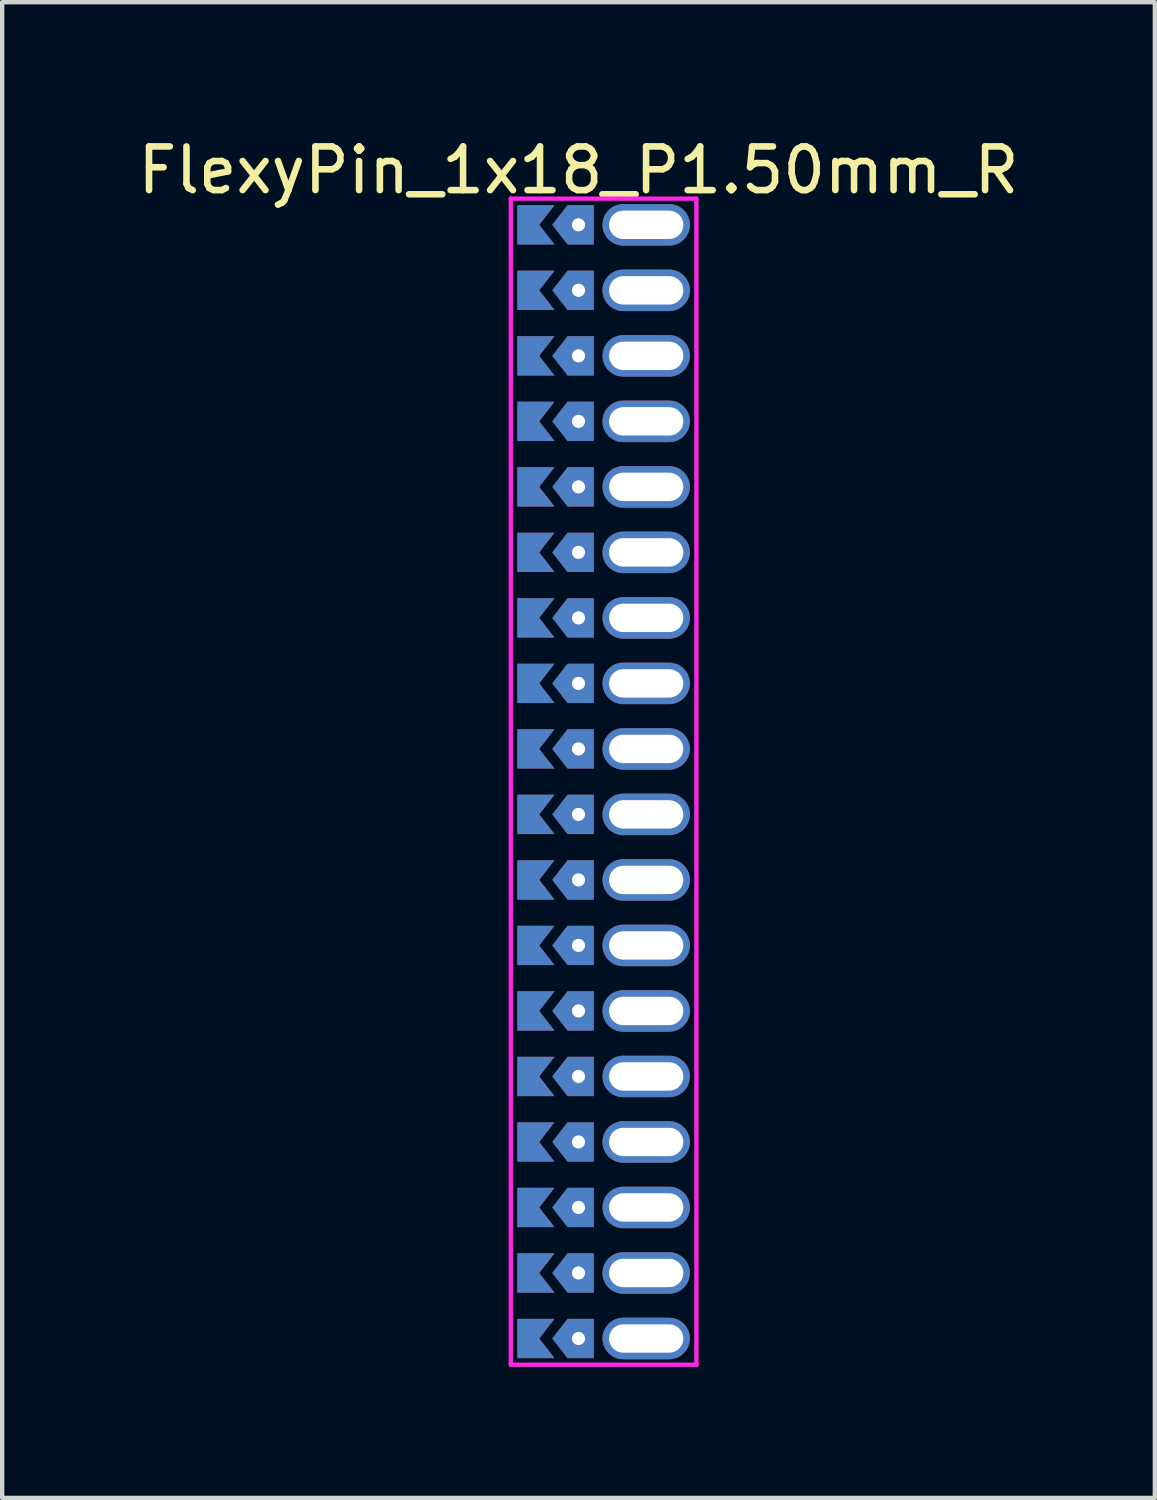
<source format=kicad_pcb>
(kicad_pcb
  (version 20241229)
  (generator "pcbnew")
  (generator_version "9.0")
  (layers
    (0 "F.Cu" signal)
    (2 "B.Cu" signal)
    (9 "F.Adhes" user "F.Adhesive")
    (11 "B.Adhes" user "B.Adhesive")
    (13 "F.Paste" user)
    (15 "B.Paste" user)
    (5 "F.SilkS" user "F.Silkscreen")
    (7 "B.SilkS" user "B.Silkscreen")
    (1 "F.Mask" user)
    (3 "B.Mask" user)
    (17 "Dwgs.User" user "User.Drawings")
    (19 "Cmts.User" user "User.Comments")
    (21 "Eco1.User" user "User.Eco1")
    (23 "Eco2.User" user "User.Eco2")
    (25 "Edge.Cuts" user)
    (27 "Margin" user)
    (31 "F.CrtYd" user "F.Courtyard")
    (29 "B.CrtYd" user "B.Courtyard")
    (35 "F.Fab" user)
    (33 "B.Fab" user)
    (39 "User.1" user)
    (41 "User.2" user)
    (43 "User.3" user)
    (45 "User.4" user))
  (footprint "FlexyPin_1x18_P1.50mm_R"
    (layer "F.Cu")
    (at 10.196 2.098)
    (property "Reference" "FlexyPin_1x18_P1.50mm_R" (at 0 -1.25 0) (layer "F.SilkS") (effects (font (size 1 1) (thickness 0.15))))
    (attr through_hole)
    (fp_line (start -1.55 -0.6) (end 2.7 -0.6) (stroke (width 0.1) (type solid)) (layer "F.CrtYd"))
    (fp_line (start -1.55 26.1) (end -1.55 -0.6) (stroke (width 0.1) (type solid)) (layer "F.CrtYd"))
    (fp_line (start 2.7 -0.6) (end 2.7 26.1) (stroke (width 0.1) (type solid)) (layer "F.CrtYd"))
    (fp_line (start 2.7 26.1) (end -1.55 26.1) (stroke (width 0.1) (type solid)) (layer "F.CrtYd"))
    (pad "" thru_hole custom (at 0 0) (size 0.3 0.3) (drill 0.6) (layers "*.Cu" "*.Mask") (options (anchor rect)) (primitives (gr_poly (pts (xy 0.35 0.45) (xy 0.35 -0.45) (xy -0.25 -0.45) (xy -0.6 0) (xy -0.25 0.45)) (width 0) (fill yes))))
    (pad "" thru_hole custom (at 0 1.5) (size 0.3 0.3) (drill 0.6) (layers "*.Cu" "*.Mask") (options (anchor rect)) (primitives (gr_poly (pts (xy 0.35 0.45) (xy 0.35 -0.45) (xy -0.25 -0.45) (xy -0.6 0) (xy -0.25 0.45)) (width 0) (fill yes))))
    (pad "" thru_hole custom (at 0 3) (size 0.3 0.3) (drill 0.6) (layers "*.Cu" "*.Mask") (options (anchor rect)) (primitives (gr_poly (pts (xy 0.35 0.45) (xy 0.35 -0.45) (xy -0.25 -0.45) (xy -0.6 0) (xy -0.25 0.45)) (width 0) (fill yes))))
    (pad "" thru_hole custom (at 0 4.5) (size 0.3 0.3) (drill 0.6) (layers "*.Cu" "*.Mask") (options (anchor rect)) (primitives (gr_poly (pts (xy 0.35 0.45) (xy 0.35 -0.45) (xy -0.25 -0.45) (xy -0.6 0) (xy -0.25 0.45)) (width 0) (fill yes))))
    (pad "" thru_hole custom (at 0 6) (size 0.3 0.3) (drill 0.6) (layers "*.Cu" "*.Mask") (options (anchor rect)) (primitives (gr_poly (pts (xy 0.35 0.45) (xy 0.35 -0.45) (xy -0.25 -0.45) (xy -0.6 0) (xy -0.25 0.45)) (width 0) (fill yes))))
    (pad "" thru_hole custom (at 0 7.5) (size 0.3 0.3) (drill 0.6) (layers "*.Cu" "*.Mask") (options (anchor rect)) (primitives (gr_poly (pts (xy 0.35 0.45) (xy 0.35 -0.45) (xy -0.25 -0.45) (xy -0.6 0) (xy -0.25 0.45)) (width 0) (fill yes))))
    (pad "" thru_hole custom (at 0 9) (size 0.3 0.3) (drill 0.6) (layers "*.Cu" "*.Mask") (options (anchor rect)) (primitives (gr_poly (pts (xy 0.35 0.45) (xy 0.35 -0.45) (xy -0.25 -0.45) (xy -0.6 0) (xy -0.25 0.45)) (width 0) (fill yes))))
    (pad "" thru_hole custom (at 0 10.5) (size 0.3 0.3) (drill 0.6) (layers "*.Cu" "*.Mask") (options (anchor rect)) (primitives (gr_poly (pts (xy 0.35 0.45) (xy 0.35 -0.45) (xy -0.25 -0.45) (xy -0.6 0) (xy -0.25 0.45)) (width 0) (fill yes))))
    (pad "" thru_hole custom (at 0 12) (size 0.3 0.3) (drill 0.6) (layers "*.Cu" "*.Mask") (options (anchor rect)) (primitives (gr_poly (pts (xy 0.35 0.45) (xy 0.35 -0.45) (xy -0.25 -0.45) (xy -0.6 0) (xy -0.25 0.45)) (width 0) (fill yes))))
    (pad "" thru_hole custom (at 0 13.5) (size 0.3 0.3) (drill 0.6) (layers "*.Cu" "*.Mask") (options (anchor rect)) (primitives (gr_poly (pts (xy 0.35 0.45) (xy 0.35 -0.45) (xy -0.25 -0.45) (xy -0.6 0) (xy -0.25 0.45)) (width 0) (fill yes))))
    (pad "" thru_hole custom (at 0 15) (size 0.3 0.3) (drill 0.6) (layers "*.Cu" "*.Mask") (options (anchor rect)) (primitives (gr_poly (pts (xy 0.35 0.45) (xy 0.35 -0.45) (xy -0.25 -0.45) (xy -0.6 0) (xy -0.25 0.45)) (width 0) (fill yes))))
    (pad "" thru_hole custom (at 0 16.5) (size 0.3 0.3) (drill 0.6) (layers "*.Cu" "*.Mask") (options (anchor rect)) (primitives (gr_poly (pts (xy 0.35 0.45) (xy 0.35 -0.45) (xy -0.25 -0.45) (xy -0.6 0) (xy -0.25 0.45)) (width 0) (fill yes))))
    (pad "" thru_hole custom (at 0 18) (size 0.3 0.3) (drill 0.6) (layers "*.Cu" "*.Mask") (options (anchor rect)) (primitives (gr_poly (pts (xy 0.35 0.45) (xy 0.35 -0.45) (xy -0.25 -0.45) (xy -0.6 0) (xy -0.25 0.45)) (width 0) (fill yes))))
    (pad "" thru_hole custom (at 0 19.5) (size 0.3 0.3) (drill 0.6) (layers "*.Cu" "*.Mask") (options (anchor rect)) (primitives (gr_poly (pts (xy 0.35 0.45) (xy 0.35 -0.45) (xy -0.25 -0.45) (xy -0.6 0) (xy -0.25 0.45)) (width 0) (fill yes))))
    (pad "" thru_hole custom (at 0 21) (size 0.3 0.3) (drill 0.6) (layers "*.Cu" "*.Mask") (options (anchor rect)) (primitives (gr_poly (pts (xy 0.35 0.45) (xy 0.35 -0.45) (xy -0.25 -0.45) (xy -0.6 0) (xy -0.25 0.45)) (width 0) (fill yes))))
    (pad "" thru_hole custom (at 0 22.5) (size 0.3 0.3) (drill 0.6) (layers "*.Cu" "*.Mask") (options (anchor rect)) (primitives (gr_poly (pts (xy 0.35 0.45) (xy 0.35 -0.45) (xy -0.25 -0.45) (xy -0.6 0) (xy -0.25 0.45)) (width 0) (fill yes))))
    (pad "" thru_hole custom (at 0 24) (size 0.3 0.3) (drill 0.6) (layers "*.Cu" "*.Mask") (options (anchor rect)) (primitives (gr_poly (pts (xy 0.35 0.45) (xy 0.35 -0.45) (xy -0.25 -0.45) (xy -0.6 0) (xy -0.25 0.45)) (width 0) (fill yes))))
    (pad "" thru_hole custom (at 0 25.5) (size 0.3 0.3) (drill 0.6) (layers "*.Cu" "*.Mask") (options (anchor rect)) (primitives (gr_poly (pts (xy 0.35 0.45) (xy 0.35 -0.45) (xy -0.25 -0.45) (xy -0.6 0) (xy -0.25 0.45)) (width 0) (fill yes))))
    (pad "" thru_hole oval (at 1.55 0) (size 2 0.95) (drill oval 1.7 0.65) (layers "*.Cu" "*.Mask"))
    (pad "" thru_hole oval (at 1.55 1.5) (size 2 0.95) (drill oval 1.7 0.65) (layers "*.Cu" "*.Mask"))
    (pad "" thru_hole oval (at 1.55 3) (size 2 0.95) (drill oval 1.7 0.65) (layers "*.Cu" "*.Mask"))
    (pad "" thru_hole oval (at 1.55 4.5) (size 2 0.95) (drill oval 1.7 0.65) (layers "*.Cu" "*.Mask"))
    (pad "" thru_hole oval (at 1.55 6) (size 2 0.95) (drill oval 1.7 0.65) (layers "*.Cu" "*.Mask"))
    (pad "" thru_hole oval (at 1.55 7.5) (size 2 0.95) (drill oval 1.7 0.65) (layers "*.Cu" "*.Mask"))
    (pad "" thru_hole oval (at 1.55 9) (size 2 0.95) (drill oval 1.7 0.65) (layers "*.Cu" "*.Mask"))
    (pad "" thru_hole oval (at 1.55 10.5) (size 2 0.95) (drill oval 1.7 0.65) (layers "*.Cu" "*.Mask"))
    (pad "" thru_hole oval (at 1.55 12) (size 2 0.95) (drill oval 1.7 0.65) (layers "*.Cu" "*.Mask"))
    (pad "" thru_hole oval (at 1.55 13.5) (size 2 0.95) (drill oval 1.7 0.65) (layers "*.Cu" "*.Mask"))
    (pad "" thru_hole oval (at 1.55 15) (size 2 0.95) (drill oval 1.7 0.65) (layers "*.Cu" "*.Mask"))
    (pad "" thru_hole oval (at 1.55 16.5) (size 2 0.95) (drill oval 1.7 0.65) (layers "*.Cu" "*.Mask"))
    (pad "" thru_hole oval (at 1.55 18) (size 2 0.95) (drill oval 1.7 0.65) (layers "*.Cu" "*.Mask"))
    (pad "" thru_hole oval (at 1.55 19.5) (size 2 0.95) (drill oval 1.7 0.65) (layers "*.Cu" "*.Mask"))
    (pad "" thru_hole oval (at 1.55 21) (size 2 0.95) (drill oval 1.7 0.65) (layers "*.Cu" "*.Mask"))
    (pad "" thru_hole oval (at 1.55 22.5) (size 2 0.95) (drill oval 1.7 0.65) (layers "*.Cu" "*.Mask"))
    (pad "" thru_hole oval (at 1.55 24) (size 2 0.95) (drill oval 1.7 0.65) (layers "*.Cu" "*.Mask"))
    (pad "" thru_hole oval (at 1.55 25.5) (size 2 0.95) (drill oval 1.7 0.65) (layers "*.Cu" "*.Mask"))
    (pad "1" smd custom (at -0.9 0) (size 0.01 0.01) (layers "F.Cu" "F.Mask") (options (anchor rect)) (primitives (gr_poly (pts (xy 0 0) (xy 0.35 0.45) (xy -0.5 0.45) (xy -0.5 -0.45) (xy 0.35 -0.45)) (width 0) (fill yes))))
    (pad "2" smd custom (at -0.9 1.5) (size 0.01 0.01) (layers "F.Cu" "F.Mask") (options (anchor rect)) (primitives (gr_poly (pts (xy 0 0) (xy 0.35 0.45) (xy -0.5 0.45) (xy -0.5 -0.45) (xy 0.35 -0.45)) (width 0) (fill yes))))
    (pad "3" smd custom (at -0.9 3) (size 0.01 0.01) (layers "F.Cu" "F.Mask") (options (anchor rect)) (primitives (gr_poly (pts (xy 0 0) (xy 0.35 0.45) (xy -0.5 0.45) (xy -0.5 -0.45) (xy 0.35 -0.45)) (width 0) (fill yes))))
    (pad "4" smd custom (at -0.9 4.5) (size 0.01 0.01) (layers "F.Cu" "F.Mask") (options (anchor rect)) (primitives (gr_poly (pts (xy 0 0) (xy 0.35 0.45) (xy -0.5 0.45) (xy -0.5 -0.45) (xy 0.35 -0.45)) (width 0) (fill yes))))
    (pad "5" smd custom (at -0.9 6) (size 0.01 0.01) (layers "F.Cu" "F.Mask") (options (anchor rect)) (primitives (gr_poly (pts (xy 0 0) (xy 0.35 0.45) (xy -0.5 0.45) (xy -0.5 -0.45) (xy 0.35 -0.45)) (width 0) (fill yes))))
    (pad "6" smd custom (at -0.9 7.5) (size 0.01 0.01) (layers "F.Cu" "F.Mask") (options (anchor rect)) (primitives (gr_poly (pts (xy 0 0) (xy 0.35 0.45) (xy -0.5 0.45) (xy -0.5 -0.45) (xy 0.35 -0.45)) (width 0) (fill yes))))
    (pad "7" smd custom (at -0.9 9) (size 0.01 0.01) (layers "F.Cu" "F.Mask") (options (anchor rect)) (primitives (gr_poly (pts (xy 0 0) (xy 0.35 0.45) (xy -0.5 0.45) (xy -0.5 -0.45) (xy 0.35 -0.45)) (width 0) (fill yes))))
    (pad "8" smd custom (at -0.9 10.5) (size 0.01 0.01) (layers "F.Cu" "F.Mask") (options (anchor rect)) (primitives (gr_poly (pts (xy 0 0) (xy 0.35 0.45) (xy -0.5 0.45) (xy -0.5 -0.45) (xy 0.35 -0.45)) (width 0) (fill yes))))
    (pad "9" smd custom (at -0.9 12) (size 0.01 0.01) (layers "F.Cu" "F.Mask") (options (anchor rect)) (primitives (gr_poly (pts (xy 0 0) (xy 0.35 0.45) (xy -0.5 0.45) (xy -0.5 -0.45) (xy 0.35 -0.45)) (width 0) (fill yes))))
    (pad "10" smd custom (at -0.9 13.5) (size 0.01 0.01) (layers "F.Cu" "F.Mask") (options (anchor rect)) (primitives (gr_poly (pts (xy 0 0) (xy 0.35 0.45) (xy -0.5 0.45) (xy -0.5 -0.45) (xy 0.35 -0.45)) (width 0) (fill yes))))
    (pad "11" smd custom (at -0.9 15) (size 0.01 0.01) (layers "F.Cu" "F.Mask") (options (anchor rect)) (primitives (gr_poly (pts (xy 0 0) (xy 0.35 0.45) (xy -0.5 0.45) (xy -0.5 -0.45) (xy 0.35 -0.45)) (width 0) (fill yes))))
    (pad "12" smd custom (at -0.9 16.5) (size 0.01 0.01) (layers "F.Cu" "F.Mask") (options (anchor rect)) (primitives (gr_poly (pts (xy 0 0) (xy 0.35 0.45) (xy -0.5 0.45) (xy -0.5 -0.45) (xy 0.35 -0.45)) (width 0) (fill yes))))
    (pad "13" smd custom (at -0.9 18) (size 0.01 0.01) (layers "F.Cu" "F.Mask") (options (anchor rect)) (primitives (gr_poly (pts (xy 0 0) (xy 0.35 0.45) (xy -0.5 0.45) (xy -0.5 -0.45) (xy 0.35 -0.45)) (width 0) (fill yes))))
    (pad "14" smd custom (at -0.9 19.5) (size 0.01 0.01) (layers "F.Cu" "F.Mask") (options (anchor rect)) (primitives (gr_poly (pts (xy 0 0) (xy 0.35 0.45) (xy -0.5 0.45) (xy -0.5 -0.45) (xy 0.35 -0.45)) (width 0) (fill yes))))
    (pad "15" smd custom (at -0.9 21) (size 0.01 0.01) (layers "F.Cu" "F.Mask") (options (anchor rect)) (primitives (gr_poly (pts (xy 0 0) (xy 0.35 0.45) (xy -0.5 0.45) (xy -0.5 -0.45) (xy 0.35 -0.45)) (width 0) (fill yes))))
    (pad "16" smd custom (at -0.9 22.5) (size 0.01 0.01) (layers "F.Cu" "F.Mask") (options (anchor rect)) (primitives (gr_poly (pts (xy 0 0) (xy 0.35 0.45) (xy -0.5 0.45) (xy -0.5 -0.45) (xy 0.35 -0.45)) (width 0) (fill yes))))
    (pad "17" smd custom (at -0.9 24) (size 0.01 0.01) (layers "F.Cu" "F.Mask") (options (anchor rect)) (primitives (gr_poly (pts (xy 0 0) (xy 0.35 0.45) (xy -0.5 0.45) (xy -0.5 -0.45) (xy 0.35 -0.45)) (width 0) (fill yes))))
    (pad "18" smd custom (at -0.9 25.5) (size 0.01 0.01) (layers "F.Cu" "F.Mask") (options (anchor rect)) (primitives (gr_poly (pts (xy 0 0) (xy 0.35 0.45) (xy -0.5 0.45) (xy -0.5 -0.45) (xy 0.35 -0.45)) (width 0) (fill yes))))
    (pad "19" smd custom (at -0.9 0) (size 0.01 0.01) (layers "B.Cu" "B.Mask") (options (anchor rect)) (primitives (gr_poly (pts (xy 0 0) (xy 0.35 0.45) (xy -0.5 0.45) (xy -0.5 -0.45) (xy 0.35 -0.45)) (width 0) (fill yes))))
    (pad "20" smd custom (at -0.9 1.5) (size 0.01 0.01) (layers "B.Cu" "B.Mask") (options (anchor rect)) (primitives (gr_poly (pts (xy 0 0) (xy 0.35 0.45) (xy -0.5 0.45) (xy -0.5 -0.45) (xy 0.35 -0.45)) (width 0) (fill yes))))
    (pad "21" smd custom (at -0.9 3) (size 0.01 0.01) (layers "B.Cu" "B.Mask") (options (anchor rect)) (primitives (gr_poly (pts (xy 0 0) (xy 0.35 0.45) (xy -0.5 0.45) (xy -0.5 -0.45) (xy 0.35 -0.45)) (width 0) (fill yes))))
    (pad "22" smd custom (at -0.9 4.5) (size 0.01 0.01) (layers "B.Cu" "B.Mask") (options (anchor rect)) (primitives (gr_poly (pts (xy 0 0) (xy 0.35 0.45) (xy -0.5 0.45) (xy -0.5 -0.45) (xy 0.35 -0.45)) (width 0) (fill yes))))
    (pad "23" smd custom (at -0.9 6) (size 0.01 0.01) (layers "B.Cu" "B.Mask") (options (anchor rect)) (primitives (gr_poly (pts (xy 0 0) (xy 0.35 0.45) (xy -0.5 0.45) (xy -0.5 -0.45) (xy 0.35 -0.45)) (width 0) (fill yes))))
    (pad "24" smd custom (at -0.9 7.5) (size 0.01 0.01) (layers "B.Cu" "B.Mask") (options (anchor rect)) (primitives (gr_poly (pts (xy 0 0) (xy 0.35 0.45) (xy -0.5 0.45) (xy -0.5 -0.45) (xy 0.35 -0.45)) (width 0) (fill yes))))
    (pad "25" smd custom (at -0.9 9) (size 0.01 0.01) (layers "B.Cu" "B.Mask") (options (anchor rect)) (primitives (gr_poly (pts (xy 0 0) (xy 0.35 0.45) (xy -0.5 0.45) (xy -0.5 -0.45) (xy 0.35 -0.45)) (width 0) (fill yes))))
    (pad "26" smd custom (at -0.9 10.5) (size 0.01 0.01) (layers "B.Cu" "B.Mask") (options (anchor rect)) (primitives (gr_poly (pts (xy 0 0) (xy 0.35 0.45) (xy -0.5 0.45) (xy -0.5 -0.45) (xy 0.35 -0.45)) (width 0) (fill yes))))
    (pad "27" smd custom (at -0.9 12) (size 0.01 0.01) (layers "B.Cu" "B.Mask") (options (anchor rect)) (primitives (gr_poly (pts (xy 0 0) (xy 0.35 0.45) (xy -0.5 0.45) (xy -0.5 -0.45) (xy 0.35 -0.45)) (width 0) (fill yes))))
    (pad "28" smd custom (at -0.9 13.5) (size 0.01 0.01) (layers "B.Cu" "B.Mask") (options (anchor rect)) (primitives (gr_poly (pts (xy 0 0) (xy 0.35 0.45) (xy -0.5 0.45) (xy -0.5 -0.45) (xy 0.35 -0.45)) (width 0) (fill yes))))
    (pad "29" smd custom (at -0.9 15) (size 0.01 0.01) (layers "B.Cu" "B.Mask") (options (anchor rect)) (primitives (gr_poly (pts (xy 0 0) (xy 0.35 0.45) (xy -0.5 0.45) (xy -0.5 -0.45) (xy 0.35 -0.45)) (width 0) (fill yes))))
    (pad "30" smd custom (at -0.9 16.5) (size 0.01 0.01) (layers "B.Cu" "B.Mask") (options (anchor rect)) (primitives (gr_poly (pts (xy 0 0) (xy 0.35 0.45) (xy -0.5 0.45) (xy -0.5 -0.45) (xy 0.35 -0.45)) (width 0) (fill yes))))
    (pad "31" smd custom (at -0.9 18) (size 0.01 0.01) (layers "B.Cu" "B.Mask") (options (anchor rect)) (primitives (gr_poly (pts (xy 0 0) (xy 0.35 0.45) (xy -0.5 0.45) (xy -0.5 -0.45) (xy 0.35 -0.45)) (width 0) (fill yes))))
    (pad "32" smd custom (at -0.9 19.5) (size 0.01 0.01) (layers "B.Cu" "B.Mask") (options (anchor rect)) (primitives (gr_poly (pts (xy 0 0) (xy 0.35 0.45) (xy -0.5 0.45) (xy -0.5 -0.45) (xy 0.35 -0.45)) (width 0) (fill yes))))
    (pad "33" smd custom (at -0.9 21) (size 0.01 0.01) (layers "B.Cu" "B.Mask") (options (anchor rect)) (primitives (gr_poly (pts (xy 0 0) (xy 0.35 0.45) (xy -0.5 0.45) (xy -0.5 -0.45) (xy 0.35 -0.45)) (width 0) (fill yes))))
    (pad "34" smd custom (at -0.9 22.5) (size 0.01 0.01) (layers "B.Cu" "B.Mask") (options (anchor rect)) (primitives (gr_poly (pts (xy 0 0) (xy 0.35 0.45) (xy -0.5 0.45) (xy -0.5 -0.45) (xy 0.35 -0.45)) (width 0) (fill yes))))
    (pad "35" smd custom (at -0.9 24) (size 0.01 0.01) (layers "B.Cu" "B.Mask") (options (anchor rect)) (primitives (gr_poly (pts (xy 0 0) (xy 0.35 0.45) (xy -0.5 0.45) (xy -0.5 -0.45) (xy 0.35 -0.45)) (width 0) (fill yes))))
    (pad "36" smd custom (at -0.9 25.5) (size 0.01 0.01) (layers "B.Cu" "B.Mask") (options (anchor rect)) (primitives (gr_poly (pts (xy 0 0) (xy 0.35 0.45) (xy -0.5 0.45) (xy -0.5 -0.45) (xy 0.35 -0.45)) (width 0) (fill yes)))))
  (gr_rect
    (start -3 -3)
    (end 23.393 31.248)
    (stroke (width 0.1) (type default))
    (fill no)
    (layer "Edge.Cuts")))
</source>
